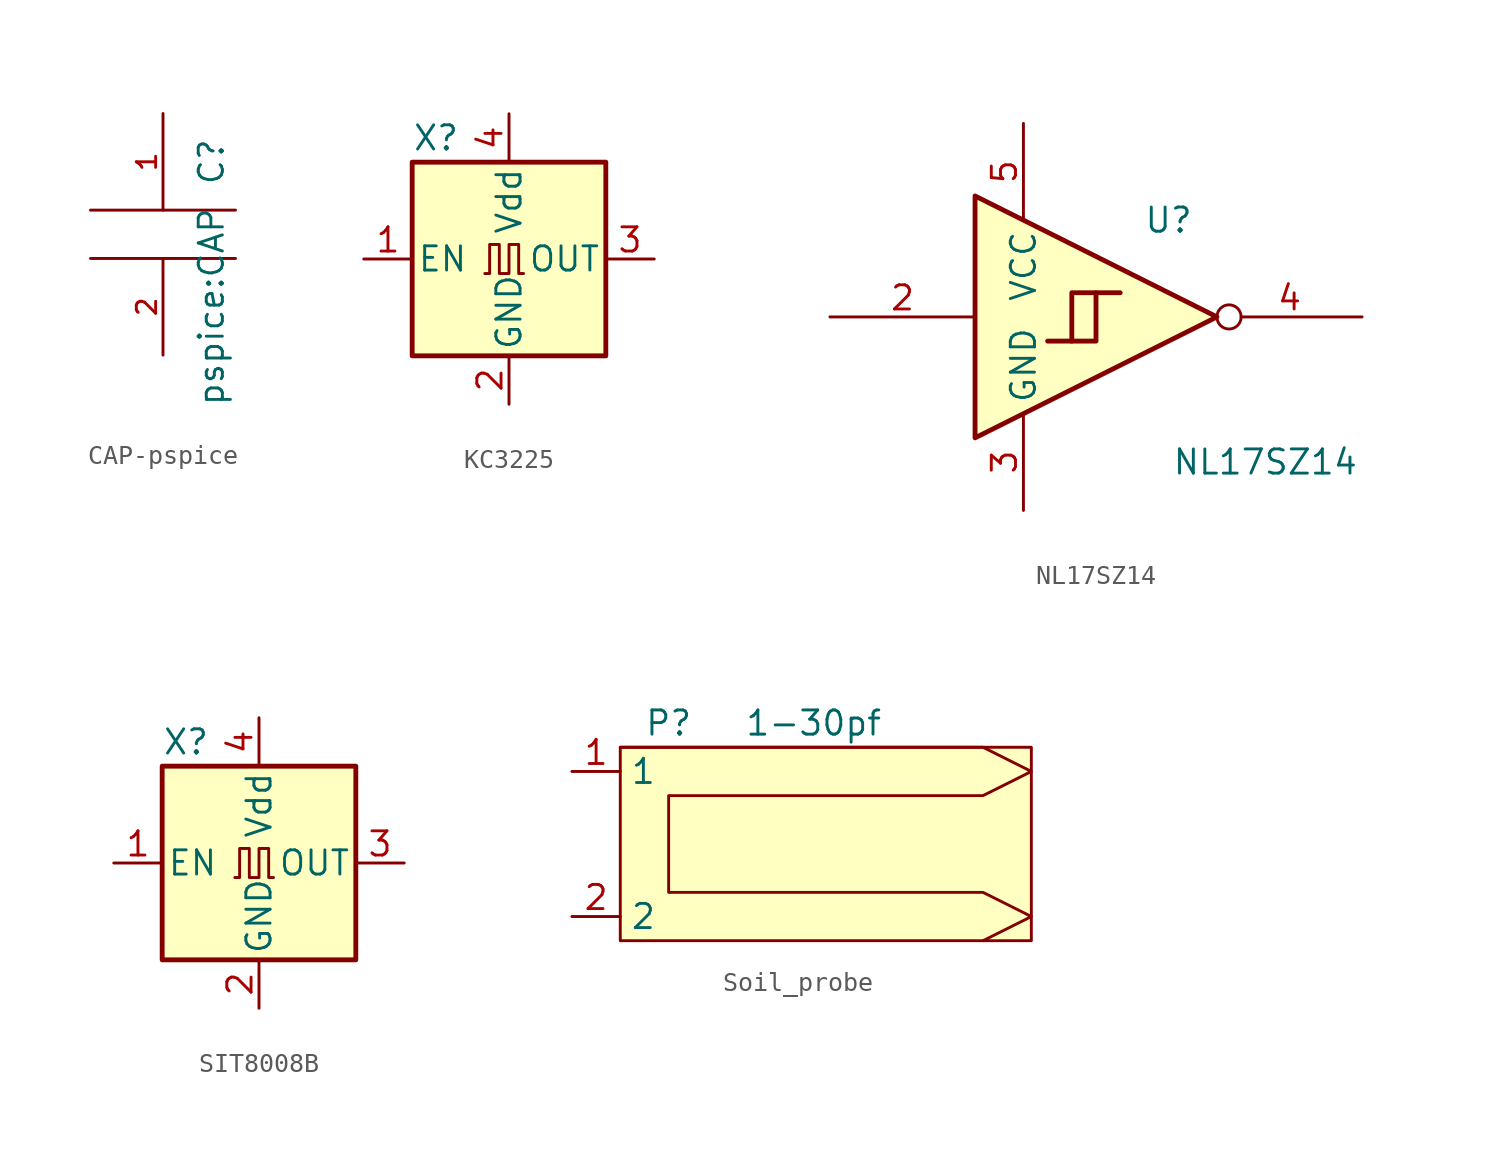
<source format=kicad_sym>
(kicad_symbol_lib
  (version 20220914)
  (generator kicad_symbol_editor)
  (symbol "CAP-pspice"
    (pin_names
      (offset 0.254))
    (property "Reference" "C"
      (at 2.54 3.81 90)
      (effects (font (size 1.27 1.27))))
    (property "Value" "pspice:CAP"
      (at 2.54 -3.81 90)
      (effects (font (size 1.27 1.27))))
    (symbol "CAP-pspice_0_1"
      (polyline (pts (xy -3.81 -1.27) (xy 3.81 -1.27)) (stroke (width 0) (type solid)) (fill (type none)))
      (polyline (pts (xy -3.81 1.27) (xy 3.81 1.27)) (stroke (width 0) (type solid)) (fill (type none))))
    (symbol "CAP-pspice_1_1"
      (pin passive line (at 0 6.35 270) (length 5.08) (name "~" (effects (font (size 1.016 1.016)))) (number "1" (effects (font (size 1.016 1.016)))))
      (pin passive line (at 0 -6.35 90) (length 5.08) (name "~" (effects (font (size 1.016 1.016)))) (number "2" (effects (font (size 1.016 1.016)))))))
  (symbol "KC3225"
    (pin_names
      (offset 0.254))
    (property "Reference" "X"
      (at -5.08 6.35 0)
      (effects (font (size 1.27 1.27)) (justify left)))
    (symbol "KC3225_0_1"
      (rectangle (start -5.08 5.08) (end 5.08 -5.08) (stroke (width 0.254) (type default)) (fill (type background)))
      (polyline (pts (xy -1.27 -0.762) (xy -1.016 -0.762) (xy -1.016 0.762) (xy -0.508 0.762) (xy -0.508 -0.762) (xy 0 -0.762) (xy 0 0.762) (xy 0.508 0.762) (xy 0.508 -0.762) (xy 0.762 -0.762)) (stroke (width 0) (type default)) (fill (type none))))
    (symbol "KC3225_1_1"
      (pin input line (at -7.62 0 0) (length 2.54) (name "EN" (effects (font (size 1.27 1.27)))) (number "1" (effects (font (size 1.27 1.27)))))
      (pin power_in line (at 0 -7.62 90) (length 2.54) (name "GND" (effects (font (size 1.27 1.27)))) (number "2" (effects (font (size 1.27 1.27)))))
      (pin output line (at 7.62 0 180) (length 2.54) (name "OUT" (effects (font (size 1.27 1.27)))) (number "3" (effects (font (size 1.27 1.27)))))
      (pin power_in line (at 0 7.62 270) (length 2.54) (name "Vdd" (effects (font (size 1.27 1.27)))) (number "4" (effects (font (size 1.27 1.27)))))))
  (symbol "NL17SZ14"
    (property "Reference" "U"
      (at 2.54 5.08 0)
      (effects (font (size 1.27 1.27))))
    (property "Value" "NL17SZ14"
      (at 7.62 -7.62 0)
      (effects (font (size 1.27 1.27))))
    (symbol "NL17SZ14_0_1"
      (polyline (pts (xy -2.54 -1.27) (xy -1.27 -1.27) (xy -1.27 1.27)) (stroke (width 0.254) (type default)) (fill (type background)))
      (polyline (pts (xy -7.62 6.35) (xy -7.62 -6.35) (xy 5.08 0) (xy -7.62 6.35)) (stroke (width 0.254) (type default)) (fill (type background)))
      (polyline (pts (xy -3.81 -1.27) (xy -2.54 -1.27) (xy -2.54 1.27) (xy 0 1.27)) (stroke (width 0.254) (type default)) (fill (type background))))
    (symbol "NL17SZ14_1_1"
      (pin input line (at -15.24 0 0) (length 7.62) (name "~" (effects (font (size 1.27 1.27)))) (number "2" (effects (font (size 1.27 1.27)))))
      (pin power_in line (at -5.08 -10.16 90) (length 5.08) (name "GND" (effects (font (size 1.27 1.27)))) (number "3" (effects (font (size 1.27 1.27)))))
      (pin output inverted (at 12.7 0 180) (length 7.62) (name "~" (effects (font (size 1.27 1.27)))) (number "4" (effects (font (size 1.27 1.27)))))
      (pin power_in line (at -5.08 10.16 270) (length 5.08) (name "VCC" (effects (font (size 1.27 1.27)))) (number "5" (effects (font (size 1.27 1.27)))))))
  (symbol "SIT8008B"
    (pin_names
      (offset 0.254))
    (property "Reference" "X"
      (at -5.08 6.35 0)
      (effects (font (size 1.27 1.27)) (justify left)))
    (symbol "SIT8008B_0_1"
      (rectangle (start -5.08 5.08) (end 5.08 -5.08) (stroke (width 0.254) (type default)) (fill (type background)))
      (polyline (pts (xy -1.27 -0.762) (xy -1.016 -0.762) (xy -1.016 0.762) (xy -0.508 0.762) (xy -0.508 -0.762) (xy 0 -0.762) (xy 0 0.762) (xy 0.508 0.762) (xy 0.508 -0.762) (xy 0.762 -0.762)) (stroke (width 0) (type default)) (fill (type none))))
    (symbol "SIT8008B_1_1"
      (pin input line (at -7.62 0 0) (length 2.54) (name "EN" (effects (font (size 1.27 1.27)))) (number "1" (effects (font (size 1.27 1.27)))))
      (pin power_in line (at 0 -7.62 90) (length 2.54) (name "GND" (effects (font (size 1.27 1.27)))) (number "2" (effects (font (size 1.27 1.27)))))
      (pin output line (at 7.62 0 180) (length 2.54) (name "OUT" (effects (font (size 1.27 1.27)))) (number "3" (effects (font (size 1.27 1.27)))))
      (pin power_in line (at 0 7.62 270) (length 2.54) (name "Vdd" (effects (font (size 1.27 1.27)))) (number "4" (effects (font (size 1.27 1.27)))))))
  (symbol "Soil_probe"
    (property "Reference" "P"
      (at 2.54 1.27 0)
      (effects (font (size 1.27 1.27))))
    (property "Value" "1-30pf"
      (at 10.16 1.27 0)
      (effects (font (size 1.27 1.27))))
    (symbol "Soil_probe_0_1"
      (polyline (pts (xy 0 0) (xy 15.24 0) (xy 19.05 0) (xy 21.59 -1.27) (xy 19.05 -2.54) (xy 2.54 -2.54) (xy 2.54 -7.62) (xy 19.05 -7.62) (xy 21.59 -8.89) (xy 19.05 -10.16)) (stroke (width 0) (type default)) (fill (type none)))
      (rectangle (start 0 0) (end 21.59 -10.16) (stroke (width 0) (type default)) (fill (type background))))
    (symbol "Soil_probe_1_1"
      (pin input line (at -2.54 -1.27 0) (length 2.54) (name "1" (effects (font (size 1.27 1.27)))) (number "1" (effects (font (size 1.27 1.27)))))
      (pin input line (at -2.54 -8.89 0) (length 2.54) (name "2" (effects (font (size 1.27 1.27)))) (number "2" (effects (font (size 1.27 1.27))))))))
</source>
